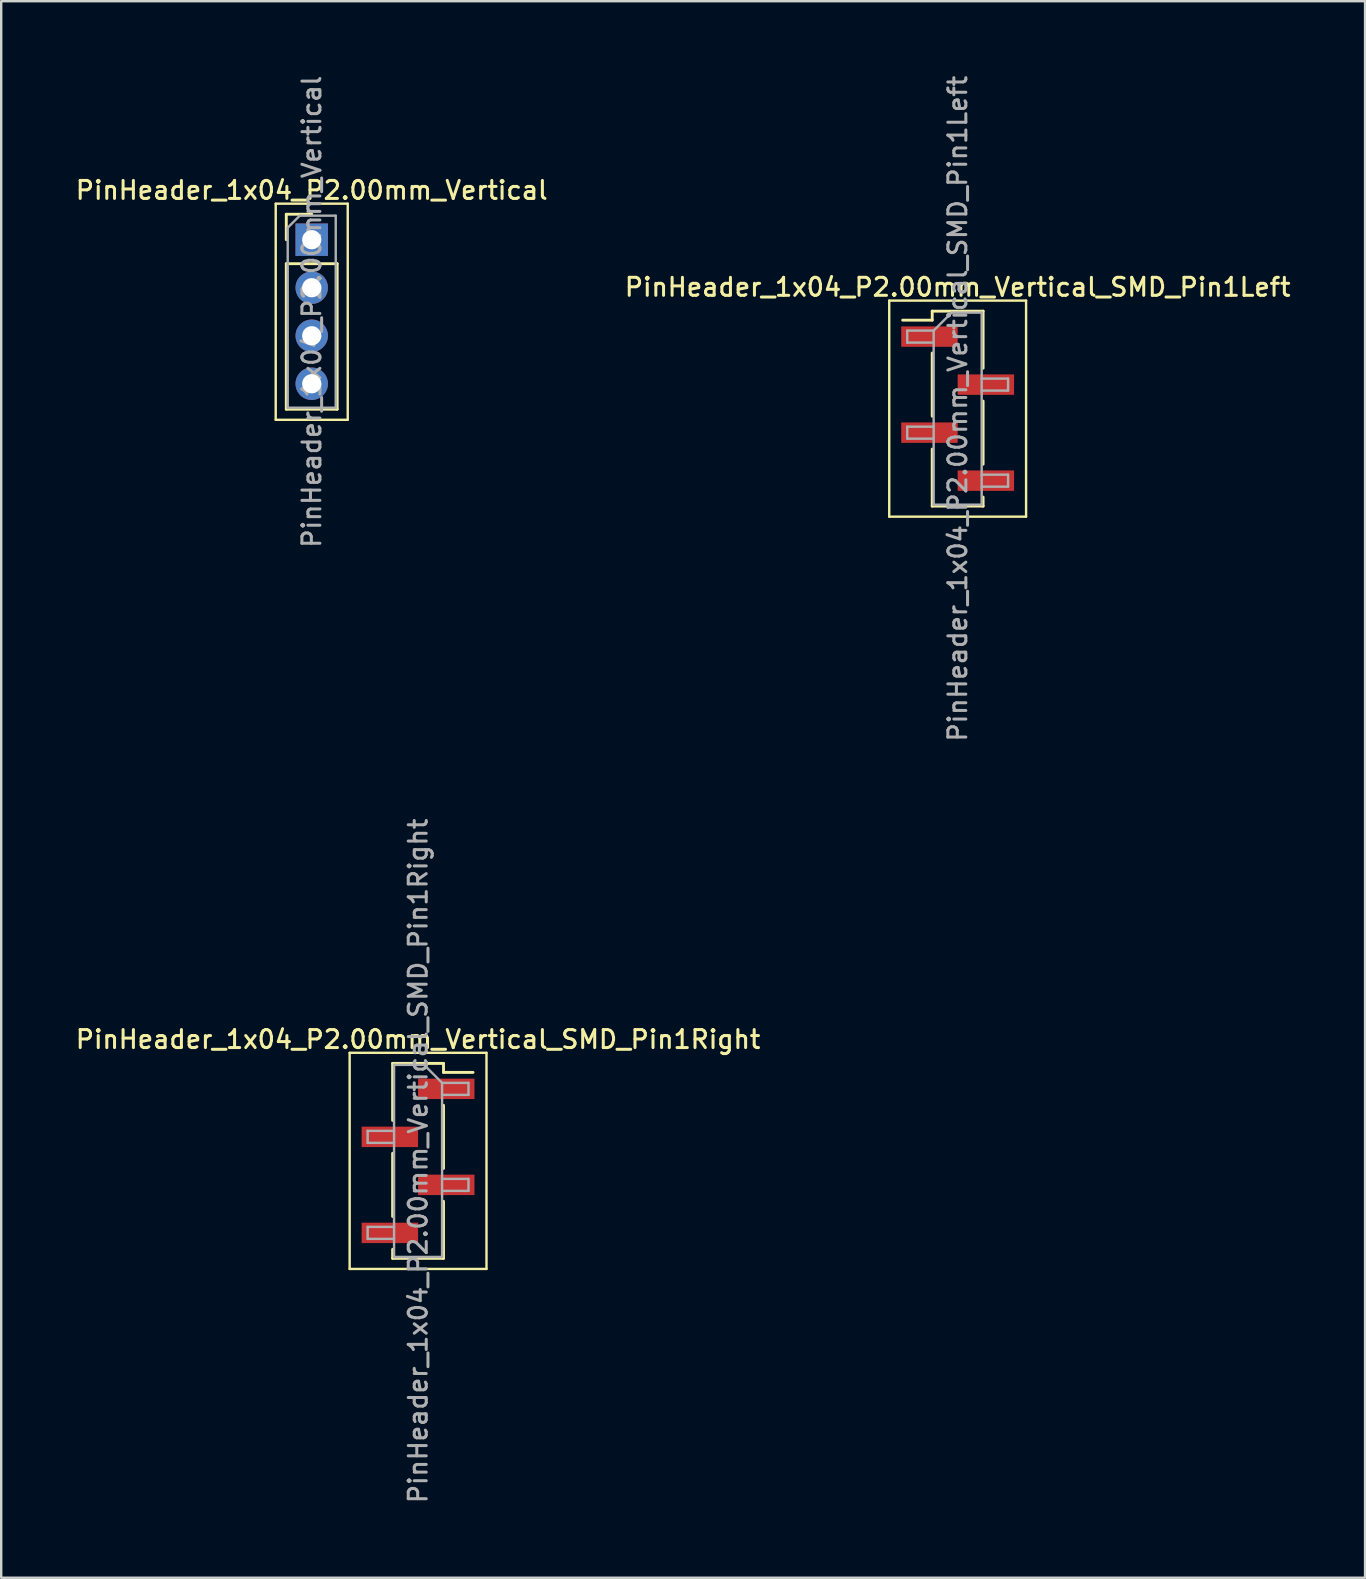
<source format=kicad_pcb>
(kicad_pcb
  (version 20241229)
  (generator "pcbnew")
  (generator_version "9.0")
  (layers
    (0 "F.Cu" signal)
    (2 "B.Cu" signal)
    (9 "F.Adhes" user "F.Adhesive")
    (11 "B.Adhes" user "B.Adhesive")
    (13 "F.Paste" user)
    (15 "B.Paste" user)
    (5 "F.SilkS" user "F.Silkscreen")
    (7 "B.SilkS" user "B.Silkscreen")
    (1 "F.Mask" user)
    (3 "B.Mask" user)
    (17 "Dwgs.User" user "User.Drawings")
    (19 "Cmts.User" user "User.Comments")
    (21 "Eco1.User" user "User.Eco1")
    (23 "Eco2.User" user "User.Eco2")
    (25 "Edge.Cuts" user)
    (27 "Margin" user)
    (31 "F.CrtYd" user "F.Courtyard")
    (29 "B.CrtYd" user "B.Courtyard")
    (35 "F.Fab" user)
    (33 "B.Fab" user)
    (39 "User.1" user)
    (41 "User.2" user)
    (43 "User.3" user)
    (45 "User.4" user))
  (footprint "PinHeader_1x04_P2.00mm_Vertical_SMD_Pin1Right"
    (layer "F.Cu")
    (at 14.363 45.302)
    (property "Reference" "PinHeader_1x04_P2.00mm_Vertical_SMD_Pin1Right" (at 0 -5.06 0) (layer "F.SilkS") (effects (font (size 0.75 0.75) (thickness 0.125))))
    (attr smd)
    (fp_line (start -2.85 -4.5) (end -2.85 4.5) (stroke (width 0.1) (type solid)) (layer "F.SilkS"))
    (fp_line (start -2.85 4.5) (end 2.85 4.5) (stroke (width 0.1) (type solid)) (layer "F.SilkS"))
    (fp_line (start -1.06 -4.06) (end -1.06 -1.685) (stroke (width 0.12) (type solid)) (layer "F.SilkS"))
    (fp_line (start -1.06 -4.06) (end 1.06 -4.06) (stroke (width 0.12) (type solid)) (layer "F.SilkS"))
    (fp_line (start -1.06 -0.315) (end -1.06 2.315) (stroke (width 0.12) (type solid)) (layer "F.SilkS"))
    (fp_line (start -1.06 3.685) (end -1.06 4.06) (stroke (width 0.12) (type solid)) (layer "F.SilkS"))
    (fp_line (start -1.06 4.06) (end 1.06 4.06) (stroke (width 0.12) (type solid)) (layer "F.SilkS"))
    (fp_line (start 1.06 -4.06) (end 1.06 -3.685) (stroke (width 0.12) (type solid)) (layer "F.SilkS"))
    (fp_line (start 1.06 -3.685) (end 2.29 -3.685) (stroke (width 0.12) (type solid)) (layer "F.SilkS"))
    (fp_line (start 1.06 -2.315) (end 1.06 0.315) (stroke (width 0.12) (type solid)) (layer "F.SilkS"))
    (fp_line (start 1.06 1.685) (end 1.06 4.06) (stroke (width 0.12) (type solid)) (layer "F.SilkS"))
    (fp_line (start 2.85 -4.5) (end -2.85 -4.5) (stroke (width 0.1) (type solid)) (layer "F.SilkS"))
    (fp_line (start 2.85 4.5) (end 2.85 -4.5) (stroke (width 0.1) (type solid)) (layer "F.SilkS"))
    (fp_line (start -2.1 -1.25) (end -2.1 -0.75) (stroke (width 0.1) (type solid)) (layer "F.Fab"))
    (fp_line (start -2.1 -0.75) (end -1 -0.75) (stroke (width 0.1) (type solid)) (layer "F.Fab"))
    (fp_line (start -2.1 2.75) (end -2.1 3.25) (stroke (width 0.1) (type solid)) (layer "F.Fab"))
    (fp_line (start -2.1 3.25) (end -1 3.25) (stroke (width 0.1) (type solid)) (layer "F.Fab"))
    (fp_line (start -1 -4) (end -1 4) (stroke (width 0.1) (type solid)) (layer "F.Fab"))
    (fp_line (start -1 -4) (end 0.25 -4) (stroke (width 0.1) (type solid)) (layer "F.Fab"))
    (fp_line (start -1 -1.25) (end -2.1 -1.25) (stroke (width 0.1) (type solid)) (layer "F.Fab"))
    (fp_line (start -1 2.75) (end -2.1 2.75) (stroke (width 0.1) (type solid)) (layer "F.Fab"))
    (fp_line (start 1 -3.25) (end 0.25 -4) (stroke (width 0.1) (type solid)) (layer "F.Fab"))
    (fp_line (start 1 -3.25) (end 2.1 -3.25) (stroke (width 0.1) (type solid)) (layer "F.Fab"))
    (fp_line (start 1 0.75) (end 2.1 0.75) (stroke (width 0.1) (type solid)) (layer "F.Fab"))
    (fp_line (start 1 4) (end -1 4) (stroke (width 0.1) (type solid)) (layer "F.Fab"))
    (fp_line (start 1 4) (end 1 -3.25) (stroke (width 0.1) (type solid)) (layer "F.Fab"))
    (fp_line (start 2.1 -3.25) (end 2.1 -2.75) (stroke (width 0.1) (type solid)) (layer "F.Fab"))
    (fp_line (start 2.1 -2.75) (end 1 -2.75) (stroke (width 0.1) (type solid)) (layer "F.Fab"))
    (fp_line (start 2.1 0.75) (end 2.1 1.25) (stroke (width 0.1) (type solid)) (layer "F.Fab"))
    (fp_line (start 2.1 1.25) (end 1 1.25) (stroke (width 0.1) (type solid)) (layer "F.Fab"))
    (fp_text user "${REFERENCE}" (at 0 0 90) (layer "F.Fab") (effects (font (size 0.75 0.75) (thickness 0.125))))
    (pad "1" smd rect (at 1.175 -3) (size 2.35 0.85) (layers "F.Cu" "F.Mask" "F.Paste"))
    (pad "2" smd rect (at -1.175 -1) (size 2.35 0.85) (layers "F.Cu" "F.Mask" "F.Paste"))
    (pad "3" smd rect (at 1.175 1) (size 2.35 0.85) (layers "F.Cu" "F.Mask" "F.Paste"))
    (pad "4" smd rect (at -1.175 3) (size 2.35 0.85) (layers "F.Cu" "F.Mask" "F.Paste")))
  (footprint "PinHeader_1x04_P2.00mm_Vertical"
    (layer "F.Cu")
    (at 9.934 6.934)
    (property "Reference" "PinHeader_1x04_P2.00mm_Vertical" (at 0 -2.06 0) (layer "F.SilkS") (effects (font (size 0.75 0.75) (thickness 0.125))))
    (attr through_hole)
    (fp_line (start -1.5 -1.5) (end -1.5 7.5) (stroke (width 0.1) (type solid)) (layer "F.SilkS"))
    (fp_line (start -1.5 7.5) (end 1.5 7.5) (stroke (width 0.1) (type solid)) (layer "F.SilkS"))
    (fp_line (start -1.06 -1.06) (end 0 -1.06) (stroke (width 0.12) (type solid)) (layer "F.SilkS"))
    (fp_line (start -1.06 0) (end -1.06 -1.06) (stroke (width 0.12) (type solid)) (layer "F.SilkS"))
    (fp_line (start -1.06 1) (end -1.06 7.06) (stroke (width 0.12) (type solid)) (layer "F.SilkS"))
    (fp_line (start -1.06 1) (end 1.06 1) (stroke (width 0.12) (type solid)) (layer "F.SilkS"))
    (fp_line (start -1.06 7.06) (end 1.06 7.06) (stroke (width 0.12) (type solid)) (layer "F.SilkS"))
    (fp_line (start 1.06 1) (end 1.06 7.06) (stroke (width 0.12) (type solid)) (layer "F.SilkS"))
    (fp_line (start 1.5 -1.5) (end -1.5 -1.5) (stroke (width 0.1) (type solid)) (layer "F.SilkS"))
    (fp_line (start 1.5 7.5) (end 1.5 -1.5) (stroke (width 0.1) (type solid)) (layer "F.SilkS"))
    (fp_line (start -1 -0.5) (end -0.5 -1) (stroke (width 0.1) (type solid)) (layer "F.Fab"))
    (fp_line (start -1 7) (end -1 -0.5) (stroke (width 0.1) (type solid)) (layer "F.Fab"))
    (fp_line (start -0.5 -1) (end 1 -1) (stroke (width 0.1) (type solid)) (layer "F.Fab"))
    (fp_line (start 1 -1) (end 1 7) (stroke (width 0.1) (type solid)) (layer "F.Fab"))
    (fp_line (start 1 7) (end -1 7) (stroke (width 0.1) (type solid)) (layer "F.Fab"))
    (fp_text user "${REFERENCE}" (at 0 3 90) (layer "F.Fab") (effects (font (size 0.75 0.75) (thickness 0.125))))
    (pad "1" thru_hole rect (at 0 0) (size 1.35 1.35) (drill 0.8) (layers "*.Cu" "*.Mask"))
    (pad "2" thru_hole oval (at 0 2) (size 1.35 1.35) (drill 0.8) (layers "*.Cu" "*.Mask"))
    (pad "3" thru_hole oval (at 0 4) (size 1.35 1.35) (drill 0.8) (layers "*.Cu" "*.Mask"))
    (pad "4" thru_hole oval (at 0 6) (size 1.35 1.35) (drill 0.8) (layers "*.Cu" "*.Mask")))
  (footprint "PinHeader_1x04_P2.00mm_Vertical_SMD_Pin1Left"
    (layer "F.Cu")
    (at 36.838 13.97)
    (property "Reference" "PinHeader_1x04_P2.00mm_Vertical_SMD_Pin1Left" (at 0 -5.06 0) (layer "F.SilkS") (effects (font (size 0.75 0.75) (thickness 0.125))))
    (attr smd)
    (fp_line (start -2.85 -4.5) (end -2.85 4.5) (stroke (width 0.1) (type solid)) (layer "F.SilkS"))
    (fp_line (start -2.85 4.5) (end 2.85 4.5) (stroke (width 0.1) (type solid)) (layer "F.SilkS"))
    (fp_line (start -1.06 -4.06) (end -1.06 -3.685) (stroke (width 0.12) (type solid)) (layer "F.SilkS"))
    (fp_line (start -1.06 -4.06) (end 1.06 -4.06) (stroke (width 0.12) (type solid)) (layer "F.SilkS"))
    (fp_line (start -1.06 -3.685) (end -2.29 -3.685) (stroke (width 0.12) (type solid)) (layer "F.SilkS"))
    (fp_line (start -1.06 -2.315) (end -1.06 0.315) (stroke (width 0.12) (type solid)) (layer "F.SilkS"))
    (fp_line (start -1.06 1.685) (end -1.06 4.06) (stroke (width 0.12) (type solid)) (layer "F.SilkS"))
    (fp_line (start -1.06 4.06) (end 1.06 4.06) (stroke (width 0.12) (type solid)) (layer "F.SilkS"))
    (fp_line (start 1.06 -4.06) (end 1.06 -1.685) (stroke (width 0.12) (type solid)) (layer "F.SilkS"))
    (fp_line (start 1.06 -0.315) (end 1.06 2.315) (stroke (width 0.12) (type solid)) (layer "F.SilkS"))
    (fp_line (start 1.06 3.685) (end 1.06 4.06) (stroke (width 0.12) (type solid)) (layer "F.SilkS"))
    (fp_line (start 2.85 -4.5) (end -2.85 -4.5) (stroke (width 0.1) (type solid)) (layer "F.SilkS"))
    (fp_line (start 2.85 4.5) (end 2.85 -4.5) (stroke (width 0.1) (type solid)) (layer "F.SilkS"))
    (fp_line (start -2.1 -3.25) (end -2.1 -2.75) (stroke (width 0.1) (type solid)) (layer "F.Fab"))
    (fp_line (start -2.1 -2.75) (end -1 -2.75) (stroke (width 0.1) (type solid)) (layer "F.Fab"))
    (fp_line (start -2.1 0.75) (end -2.1 1.25) (stroke (width 0.1) (type solid)) (layer "F.Fab"))
    (fp_line (start -2.1 1.25) (end -1 1.25) (stroke (width 0.1) (type solid)) (layer "F.Fab"))
    (fp_line (start -1 -3.25) (end -2.1 -3.25) (stroke (width 0.1) (type solid)) (layer "F.Fab"))
    (fp_line (start -1 -3.25) (end -0.25 -4) (stroke (width 0.1) (type solid)) (layer "F.Fab"))
    (fp_line (start -1 0.75) (end -2.1 0.75) (stroke (width 0.1) (type solid)) (layer "F.Fab"))
    (fp_line (start -1 4) (end -1 -3.25) (stroke (width 0.1) (type solid)) (layer "F.Fab"))
    (fp_line (start -0.25 -4) (end 1 -4) (stroke (width 0.1) (type solid)) (layer "F.Fab"))
    (fp_line (start 1 -4) (end 1 4) (stroke (width 0.1) (type solid)) (layer "F.Fab"))
    (fp_line (start 1 -1.25) (end 2.1 -1.25) (stroke (width 0.1) (type solid)) (layer "F.Fab"))
    (fp_line (start 1 2.75) (end 2.1 2.75) (stroke (width 0.1) (type solid)) (layer "F.Fab"))
    (fp_line (start 1 4) (end -1 4) (stroke (width 0.1) (type solid)) (layer "F.Fab"))
    (fp_line (start 2.1 -1.25) (end 2.1 -0.75) (stroke (width 0.1) (type solid)) (layer "F.Fab"))
    (fp_line (start 2.1 -0.75) (end 1 -0.75) (stroke (width 0.1) (type solid)) (layer "F.Fab"))
    (fp_line (start 2.1 2.75) (end 2.1 3.25) (stroke (width 0.1) (type solid)) (layer "F.Fab"))
    (fp_line (start 2.1 3.25) (end 1 3.25) (stroke (width 0.1) (type solid)) (layer "F.Fab"))
    (fp_text user "${REFERENCE}" (at 0 0 90) (layer "F.Fab") (effects (font (size 0.75 0.75) (thickness 0.125))))
    (pad "1" smd rect (at -1.175 -3) (size 2.35 0.85) (layers "F.Cu" "F.Mask" "F.Paste"))
    (pad "2" smd rect (at 1.175 -1) (size 2.35 0.85) (layers "F.Cu" "F.Mask" "F.Paste"))
    (pad "3" smd rect (at -1.175 1) (size 2.35 0.85) (layers "F.Cu" "F.Mask" "F.Paste"))
    (pad "4" smd rect (at 1.175 3) (size 2.35 0.85) (layers "F.Cu" "F.Mask" "F.Paste")))
  (gr_rect
    (start -3 -3)
    (end 53.807 62.664)
    (stroke (width 0.1) (type default))
    (fill no)
    (layer "Edge.Cuts")))
</source>
